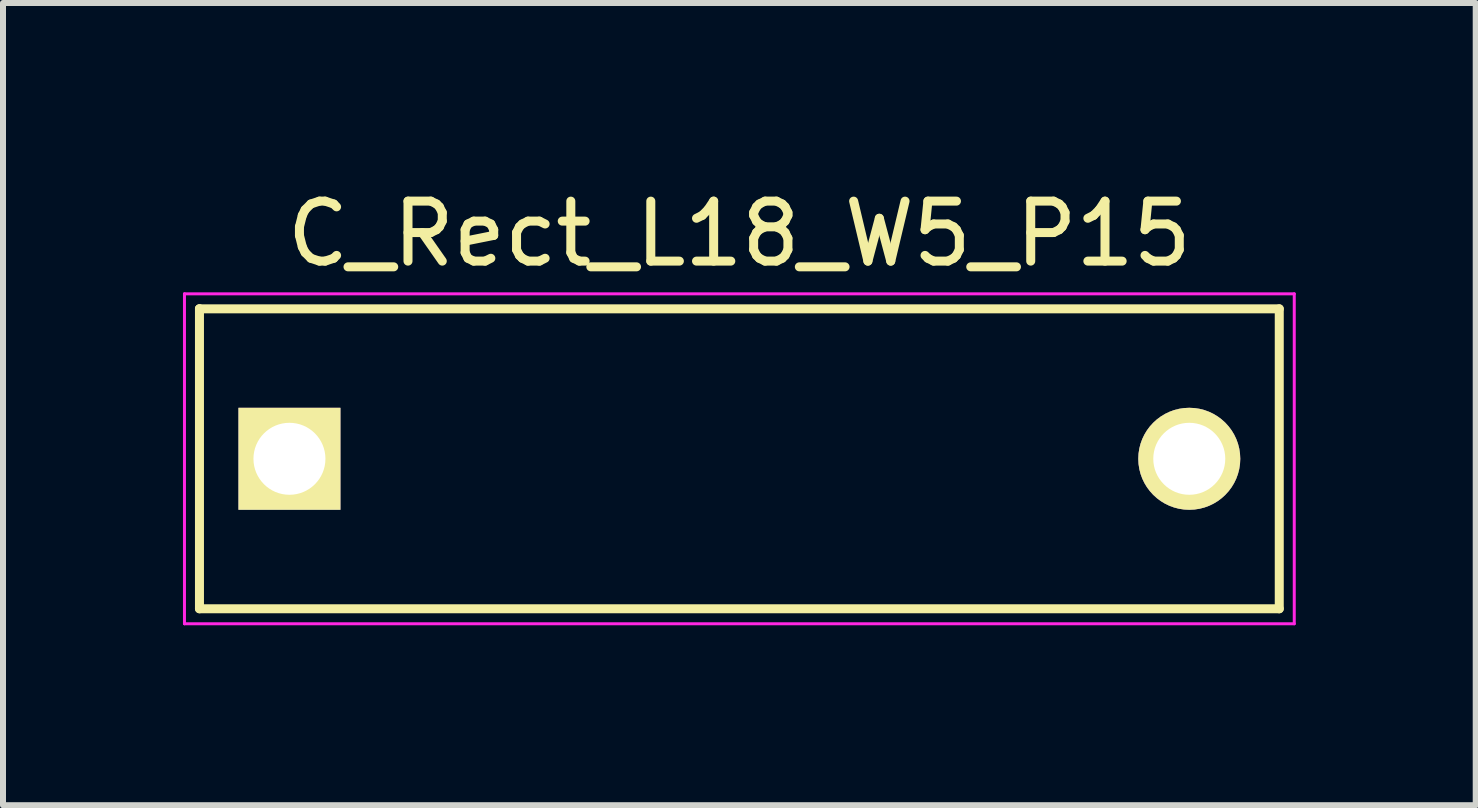
<source format=kicad_pcb>
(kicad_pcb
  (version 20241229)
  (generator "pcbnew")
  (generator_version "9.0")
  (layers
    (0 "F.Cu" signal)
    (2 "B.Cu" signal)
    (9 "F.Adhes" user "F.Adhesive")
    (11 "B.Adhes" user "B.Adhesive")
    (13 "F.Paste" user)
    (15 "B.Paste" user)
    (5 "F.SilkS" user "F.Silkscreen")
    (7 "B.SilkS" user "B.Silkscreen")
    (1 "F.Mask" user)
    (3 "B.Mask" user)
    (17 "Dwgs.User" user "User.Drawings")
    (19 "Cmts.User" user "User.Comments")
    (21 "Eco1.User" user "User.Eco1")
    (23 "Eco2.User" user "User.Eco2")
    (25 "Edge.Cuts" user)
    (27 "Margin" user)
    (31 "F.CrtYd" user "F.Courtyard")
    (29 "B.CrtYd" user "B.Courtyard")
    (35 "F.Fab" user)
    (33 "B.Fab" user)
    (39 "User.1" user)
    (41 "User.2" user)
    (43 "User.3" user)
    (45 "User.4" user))
  (footprint "C_Rect_L18_W5_P15"
    (layer "F.Cu")
    (at 1.775 4.598)
    (property "Reference" "C_Rect_L18_W5_P15" (at 7.5 -3.75 0) (layer "F.SilkS") (effects (font (size 1 1) (thickness 0.15))))
    (attr through_hole)
    (fp_line (start -1.5 -2.5) (end -1.5 -2.5) (stroke (width 0.15) (type solid)) (layer "F.SilkS"))
    (fp_line (start -1.5 -2.5) (end -1.5 2.5) (stroke (width 0.15) (type solid)) (layer "F.SilkS"))
    (fp_line (start -1.5 2.5) (end 16.5 2.5) (stroke (width 0.15) (type solid)) (layer "F.SilkS"))
    (fp_line (start 16.5 -2.5) (end -1.5 -2.5) (stroke (width 0.15) (type solid)) (layer "F.SilkS"))
    (fp_line (start 16.5 2.5) (end 16.5 -2.5) (stroke (width 0.15) (type solid)) (layer "F.SilkS"))
    (fp_line (start -1.75 -2.75) (end 16.75 -2.75) (stroke (width 0.05) (type solid)) (layer "F.CrtYd"))
    (fp_line (start -1.75 2.75) (end -1.75 -2.75) (stroke (width 0.05) (type solid)) (layer "F.CrtYd"))
    (fp_line (start 16.75 -2.75) (end 16.75 2.75) (stroke (width 0.05) (type solid)) (layer "F.CrtYd"))
    (fp_line (start 16.75 2.75) (end -1.75 2.75) (stroke (width 0.05) (type solid)) (layer "F.CrtYd"))
    (pad "1" thru_hole rect (at 0 0) (size 1.7 1.7) (drill 1.2) (layers "*.Cu" "*.Mask" "F.SilkS"))
    (pad "2" thru_hole circle (at 15 0) (size 1.7 1.7) (drill 1.2) (layers "*.Cu" "*.Mask" "F.SilkS")))
  (gr_rect
    (start -3 -3)
    (end 21.55 10.373)
    (stroke (width 0.1) (type default))
    (fill no)
    (layer "Edge.Cuts")))
</source>
